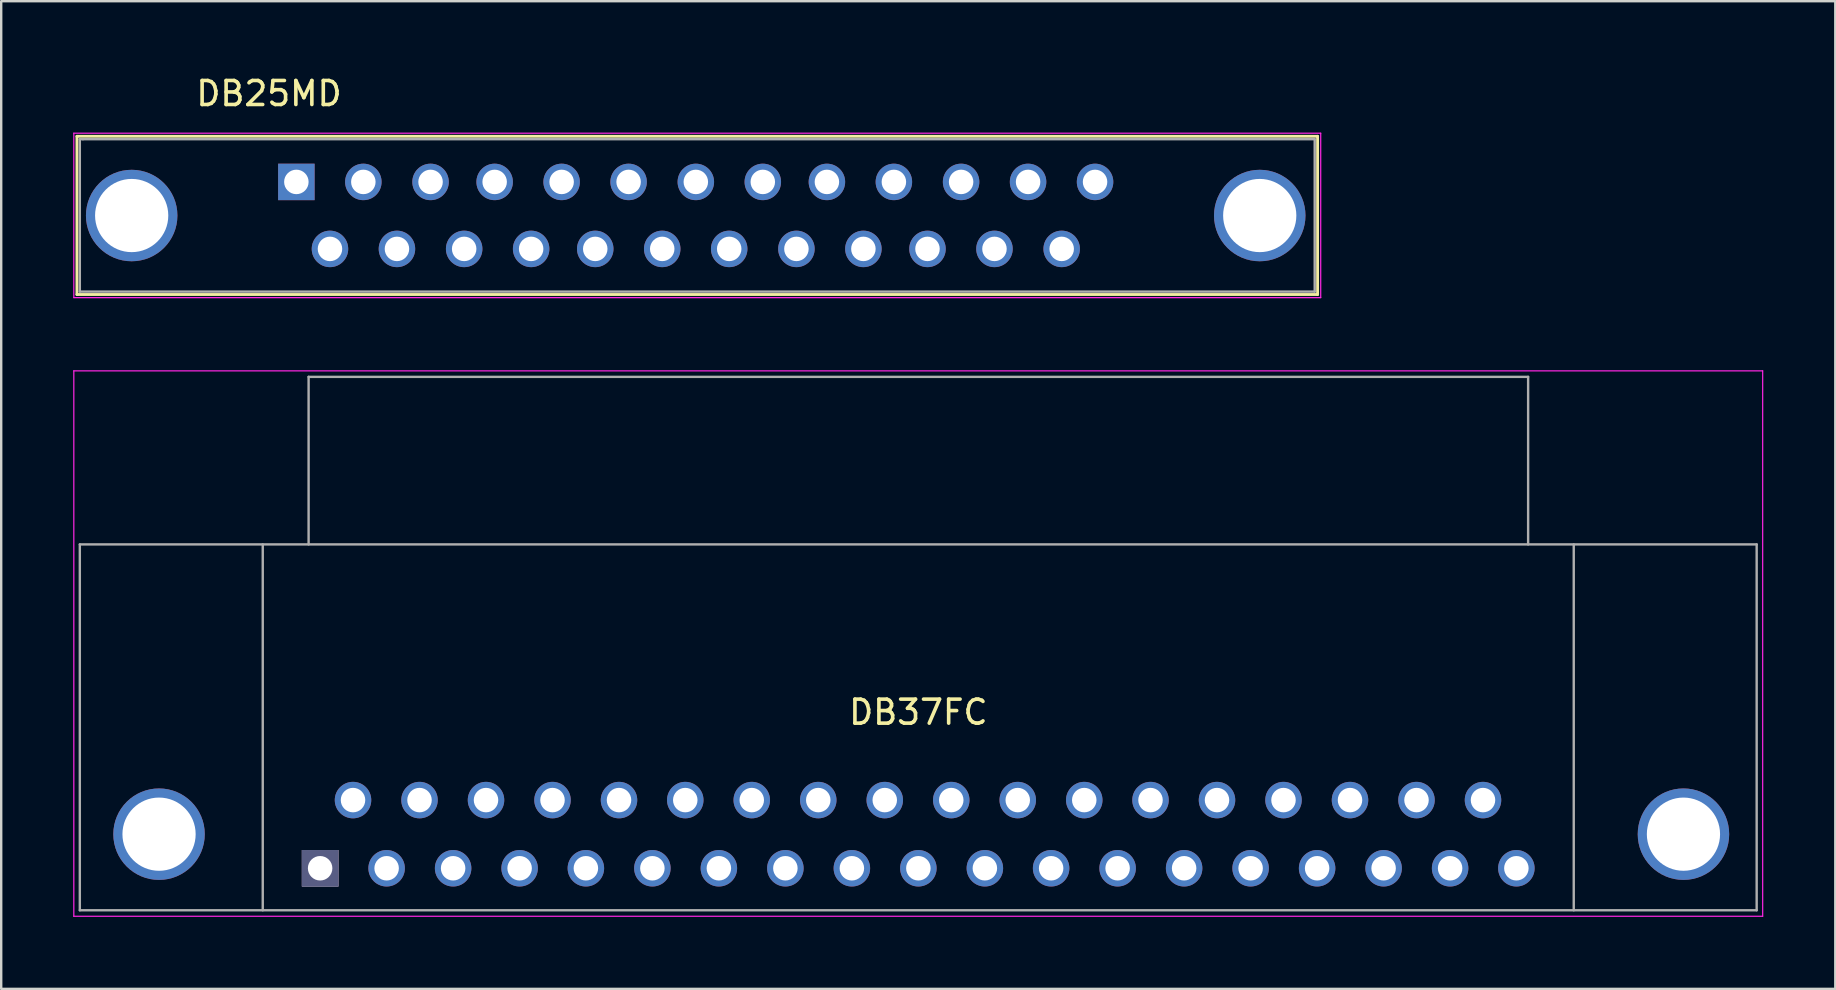
<source format=kicad_pcb>
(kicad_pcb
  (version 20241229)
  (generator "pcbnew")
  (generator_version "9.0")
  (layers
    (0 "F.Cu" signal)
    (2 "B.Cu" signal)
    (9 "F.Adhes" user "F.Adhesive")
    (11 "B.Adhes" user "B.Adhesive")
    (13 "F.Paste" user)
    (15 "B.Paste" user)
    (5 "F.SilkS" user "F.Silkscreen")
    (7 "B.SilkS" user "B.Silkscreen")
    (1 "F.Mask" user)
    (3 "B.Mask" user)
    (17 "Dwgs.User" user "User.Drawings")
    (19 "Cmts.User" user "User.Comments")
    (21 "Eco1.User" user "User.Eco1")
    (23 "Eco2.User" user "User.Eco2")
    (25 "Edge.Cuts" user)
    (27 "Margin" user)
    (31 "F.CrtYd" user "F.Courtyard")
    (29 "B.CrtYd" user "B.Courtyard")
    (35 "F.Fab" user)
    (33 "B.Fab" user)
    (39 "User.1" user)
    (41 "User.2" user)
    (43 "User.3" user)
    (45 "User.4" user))
  (footprint "DB37FC"
    (layer "F.Cu")
    (at 10.285 33.118)
    (property "Reference" "DB37FC" (at 24.92 -6.5 180) (layer "F.SilkS") (effects (font (size 1 1) (thickness 0.15))))
    (attr through_hole)
    (fp_line (start -10.26 -20.72) (end -10.26 2) (stroke (width 0.05) (type solid)) (layer "F.CrtYd"))
    (fp_line (start -10.26 -20.72) (end 60.09 -20.72) (stroke (width 0.05) (type solid)) (layer "F.CrtYd"))
    (fp_line (start 60.09 2) (end -10.26 2) (stroke (width 0.05) (type solid)) (layer "F.CrtYd"))
    (fp_line (start 60.09 2) (end 60.09 -20.72) (stroke (width 0.05) (type solid)) (layer "F.CrtYd"))
    (fp_line (start -10.01 -13.49) (end 59.84 -13.49) (stroke (width 0.1) (type solid)) (layer "F.Fab"))
    (fp_line (start -10.01 1.75) (end -10.01 -13.49) (stroke (width 0.1) (type solid)) (layer "F.Fab"))
    (fp_line (start -2.39 -13.49) (end -2.39 1.75) (stroke (width 0.1) (type solid)) (layer "F.Fab"))
    (fp_line (start -0.48 -20.47) (end -0.48 -13.49) (stroke (width 0.1) (type solid)) (layer "F.Fab"))
    (fp_line (start 50.32 -20.47) (end -0.48 -20.47) (stroke (width 0.1) (type solid)) (layer "F.Fab"))
    (fp_line (start 50.32 -13.49) (end 50.32 -20.47) (stroke (width 0.1) (type solid)) (layer "F.Fab"))
    (fp_line (start 52.22 -13.49) (end 52.22 1.75) (stroke (width 0.1) (type solid)) (layer "F.Fab"))
    (fp_line (start 59.84 -13.49) (end 59.84 1.75) (stroke (width 0.1) (type solid)) (layer "F.Fab"))
    (fp_line (start 59.84 1.75) (end -10.01 1.75) (stroke (width 0.1) (type solid)) (layer "F.Fab"))
    (pad "1" thru_hole rect (at 0 0 180) (size 1.52 1.52) (drill 1.02) (layers "*.Cu" "*.Mask" "*.Fab"))
    (pad "2" thru_hole circle (at 2.77 0 180) (size 1.52 1.52) (drill 1.02) (layers "*.Cu" "*.Mask"))
    (pad "3" thru_hole circle (at 5.54 0 180) (size 1.52 1.52) (drill 1.02) (layers "*.Cu" "*.Mask"))
    (pad "4" thru_hole circle (at 8.31 0 180) (size 1.52 1.52) (drill 1.02) (layers "*.Cu" "*.Mask"))
    (pad "5" thru_hole circle (at 11.07 0 180) (size 1.52 1.52) (drill 1.02) (layers "*.Cu" "*.Mask"))
    (pad "6" thru_hole circle (at 13.84 0 180) (size 1.52 1.52) (drill 1.02) (layers "*.Cu" "*.Mask"))
    (pad "7" thru_hole circle (at 16.61 0 180) (size 1.52 1.52) (drill 1.02) (layers "*.Cu" "*.Mask"))
    (pad "8" thru_hole circle (at 19.38 0 180) (size 1.52 1.52) (drill 1.02) (layers "*.Cu" "*.Mask"))
    (pad "9" thru_hole circle (at 22.15 0 180) (size 1.52 1.52) (drill 1.02) (layers "*.Cu" "*.Mask"))
    (pad "10" thru_hole circle (at 24.92 0 180) (size 1.52 1.52) (drill 1.02) (layers "*.Cu" "*.Mask"))
    (pad "11" thru_hole circle (at 27.69 0 180) (size 1.52 1.52) (drill 1.02) (layers "*.Cu" "*.Mask"))
    (pad "12" thru_hole circle (at 30.45 0 180) (size 1.52 1.52) (drill 1.02) (layers "*.Cu" "*.Mask"))
    (pad "13" thru_hole circle (at 33.22 0 180) (size 1.52 1.52) (drill 1.02) (layers "*.Cu" "*.Mask"))
    (pad "14" thru_hole circle (at 35.99 0 180) (size 1.52 1.52) (drill 1.02) (layers "*.Cu" "*.Mask"))
    (pad "15" thru_hole circle (at 38.76 0 180) (size 1.52 1.52) (drill 1.02) (layers "*.Cu" "*.Mask"))
    (pad "16" thru_hole circle (at 41.53 0 180) (size 1.52 1.52) (drill 1.02) (layers "*.Cu" "*.Mask"))
    (pad "17" thru_hole circle (at 44.3 0 180) (size 1.52 1.52) (drill 1.02) (layers "*.Cu" "*.Mask"))
    (pad "18" thru_hole circle (at 47.07 0 180) (size 1.52 1.52) (drill 1.02) (layers "*.Cu" "*.Mask"))
    (pad "19" thru_hole circle (at 49.83 0 180) (size 1.52 1.52) (drill 1.02) (layers "*.Cu" "*.Mask"))
    (pad "20" thru_hole circle (at 1.37 -2.84 180) (size 1.52 1.52) (drill 1.02) (layers "*.Cu" "*.Mask"))
    (pad "21" thru_hole circle (at 4.14 -2.84 180) (size 1.52 1.52) (drill 1.02) (layers "*.Cu" "*.Mask"))
    (pad "22" thru_hole circle (at 6.91 -2.84 180) (size 1.52 1.52) (drill 1.02) (layers "*.Cu" "*.Mask"))
    (pad "23" thru_hole circle (at 9.68 -2.84 180) (size 1.52 1.52) (drill 1.02) (layers "*.Cu" "*.Mask"))
    (pad "24" thru_hole circle (at 12.45 -2.84 180) (size 1.52 1.52) (drill 1.02) (layers "*.Cu" "*.Mask"))
    (pad "25" thru_hole circle (at 15.21 -2.84 180) (size 1.52 1.52) (drill 1.02) (layers "*.Cu" "*.Mask"))
    (pad "26" thru_hole circle (at 17.98 -2.84 180) (size 1.52 1.52) (drill 1.02) (layers "*.Cu" "*.Mask"))
    (pad "27" thru_hole circle (at 20.75 -2.84 180) (size 1.52 1.52) (drill 1.02) (layers "*.Cu" "*.Mask"))
    (pad "28" thru_hole circle (at 23.52 -2.84 180) (size 1.52 1.52) (drill 1.02) (layers "*.Cu" "*.Mask"))
    (pad "29" thru_hole circle (at 26.29 -2.84 180) (size 1.52 1.52) (drill 1.02) (layers "*.Cu" "*.Mask"))
    (pad "30" thru_hole circle (at 29.06 -2.84 180) (size 1.52 1.52) (drill 1.02) (layers "*.Cu" "*.Mask"))
    (pad "31" thru_hole circle (at 31.83 -2.84 180) (size 1.52 1.52) (drill 1.02) (layers "*.Cu" "*.Mask"))
    (pad "32" thru_hole circle (at 34.59 -2.84 180) (size 1.52 1.52) (drill 1.02) (layers "*.Cu" "*.Mask"))
    (pad "33" thru_hole circle (at 37.36 -2.84 180) (size 1.52 1.52) (drill 1.02) (layers "*.Cu" "*.Mask"))
    (pad "34" thru_hole circle (at 40.13 -2.84 180) (size 1.52 1.52) (drill 1.02) (layers "*.Cu" "*.Mask"))
    (pad "35" thru_hole circle (at 42.9 -2.84 180) (size 1.52 1.52) (drill 1.02) (layers "*.Cu" "*.Mask"))
    (pad "36" thru_hole circle (at 45.67 -2.84 180) (size 1.52 1.52) (drill 1.02) (layers "*.Cu" "*.Mask"))
    (pad "37" thru_hole circle (at 48.44 -2.84 180) (size 1.52 1.52) (drill 1.02) (layers "*.Cu" "*.Mask"))
    (pad "?" thru_hole circle (at -6.71 -1.42 180) (size 3.81 3.81) (drill 3.05) (layers "*.Cu" "*.Mask"))
    (pad "?" thru_hole circle (at 56.79 -1.42 180) (size 3.81 3.81) (drill 3.05) (layers "*.Cu" "*.Mask")))
  (footprint "DB25MD"
    (layer "F.Cu")
    (at 9.295 4.528)
    (property "Reference" "DB25MD" (at -1.14 -3.68 180) (layer "F.SilkS") (effects (font (size 1 1) (thickness 0.15))))
    (attr through_hole)
    (fp_line (start -9.14 -1.9) (end -9.14 4.69) (stroke (width 0.12) (type solid)) (layer "F.SilkS"))
    (fp_line (start -9.14 -1.9) (end 42.54 -1.9) (stroke (width 0.12) (type solid)) (layer "F.SilkS"))
    (fp_line (start 42.54 4.69) (end -9.14 4.69) (stroke (width 0.12) (type solid)) (layer "F.SilkS"))
    (fp_line (start 42.54 4.69) (end 42.54 -1.9) (stroke (width 0.12) (type solid)) (layer "F.SilkS"))
    (fp_line (start -9.27 -2.03) (end -9.27 4.82) (stroke (width 0.05) (type solid)) (layer "F.CrtYd"))
    (fp_line (start -9.27 -2.03) (end 42.67 -2.03) (stroke (width 0.05) (type solid)) (layer "F.CrtYd"))
    (fp_line (start 42.67 4.82) (end -9.27 4.82) (stroke (width 0.05) (type solid)) (layer "F.CrtYd"))
    (fp_line (start 42.67 4.82) (end 42.67 -2.03) (stroke (width 0.05) (type solid)) (layer "F.CrtYd"))
    (fp_line (start -9.02 -1.78) (end -9.02 -1.78) (stroke (width 0.1) (type solid)) (layer "F.Fab"))
    (fp_line (start -9.02 -1.78) (end -9.02 4.57) (stroke (width 0.1) (type solid)) (layer "F.Fab"))
    (fp_line (start -9.02 4.57) (end 42.42 4.57) (stroke (width 0.1) (type solid)) (layer "F.Fab"))
    (fp_line (start -8.89 -1.78) (end -9.02 -1.78) (stroke (width 0.1) (type solid)) (layer "F.Fab"))
    (fp_line (start 42.42 -1.78) (end -8.89 -1.78) (stroke (width 0.1) (type solid)) (layer "F.Fab"))
    (fp_line (start 42.42 4.57) (end 42.42 -1.78) (stroke (width 0.1) (type solid)) (layer "F.Fab"))
    (pad "0" thru_hole circle (at -6.86 1.4) (size 3.81 3.81) (drill 3.05) (layers "*.Cu" "*.Mask"))
    (pad "0" thru_hole circle (at 40.13 1.4) (size 3.81 3.81) (drill 3.05) (layers "*.Cu" "*.Mask"))
    (pad "1" thru_hole rect (at 0 0) (size 1.52 1.52) (drill 1.02) (layers "*.Cu" "*.Mask"))
    (pad "2" thru_hole circle (at 2.79 0) (size 1.52 1.52) (drill 1.02) (layers "*.Cu" "*.Mask"))
    (pad "3" thru_hole circle (at 5.59 0) (size 1.52 1.52) (drill 1.02) (layers "*.Cu" "*.Mask"))
    (pad "4" thru_hole circle (at 8.26 0) (size 1.52 1.52) (drill 1.02) (layers "*.Cu" "*.Mask"))
    (pad "5" thru_hole circle (at 11.05 0) (size 1.52 1.52) (drill 1.02) (layers "*.Cu" "*.Mask"))
    (pad "6" thru_hole circle (at 13.84 0) (size 1.52 1.52) (drill 1.02) (layers "*.Cu" "*.Mask"))
    (pad "7" thru_hole circle (at 16.64 0) (size 1.52 1.52) (drill 1.02) (layers "*.Cu" "*.Mask"))
    (pad "8" thru_hole circle (at 19.43 0) (size 1.52 1.52) (drill 1.02) (layers "*.Cu" "*.Mask"))
    (pad "9" thru_hole circle (at 22.1 0) (size 1.52 1.52) (drill 1.02) (layers "*.Cu" "*.Mask"))
    (pad "10" thru_hole circle (at 24.89 0) (size 1.52 1.52) (drill 1.02) (layers "*.Cu" "*.Mask"))
    (pad "11" thru_hole circle (at 27.69 0) (size 1.52 1.52) (drill 1.02) (layers "*.Cu" "*.Mask"))
    (pad "12" thru_hole circle (at 30.48 0) (size 1.52 1.52) (drill 1.02) (layers "*.Cu" "*.Mask"))
    (pad "13" thru_hole circle (at 33.27 0) (size 1.52 1.52) (drill 1.02) (layers "*.Cu" "*.Mask"))
    (pad "14" thru_hole circle (at 1.4 2.79) (size 1.52 1.52) (drill 1.02) (layers "*.Cu" "*.Mask"))
    (pad "15" thru_hole circle (at 4.19 2.79) (size 1.52 1.52) (drill 1.02) (layers "*.Cu" "*.Mask"))
    (pad "16" thru_hole circle (at 6.99 2.79) (size 1.52 1.52) (drill 1.02) (layers "*.Cu" "*.Mask"))
    (pad "17" thru_hole circle (at 9.78 2.79) (size 1.52 1.52) (drill 1.02) (layers "*.Cu" "*.Mask"))
    (pad "18" thru_hole circle (at 12.45 2.79) (size 1.52 1.52) (drill 1.02) (layers "*.Cu" "*.Mask"))
    (pad "19" thru_hole circle (at 15.24 2.79) (size 1.52 1.52) (drill 1.02) (layers "*.Cu" "*.Mask"))
    (pad "20" thru_hole circle (at 18.03 2.79) (size 1.52 1.52) (drill 1.02) (layers "*.Cu" "*.Mask"))
    (pad "21" thru_hole circle (at 20.83 2.79) (size 1.52 1.52) (drill 1.02) (layers "*.Cu" "*.Mask"))
    (pad "22" thru_hole circle (at 23.62 2.79) (size 1.52 1.52) (drill 1.02) (layers "*.Cu" "*.Mask"))
    (pad "23" thru_hole circle (at 26.29 2.79) (size 1.52 1.52) (drill 1.02) (layers "*.Cu" "*.Mask"))
    (pad "24" thru_hole circle (at 29.08 2.79) (size 1.52 1.52) (drill 1.02) (layers "*.Cu" "*.Mask"))
    (pad "25" thru_hole circle (at 31.88 2.79) (size 1.52 1.52) (drill 1.02) (layers "*.Cu" "*.Mask")))
  (gr_rect
    (start -3 -3)
    (end 73.4 38.143)
    (stroke (width 0.1) (type default))
    (fill no)
    (layer "Edge.Cuts")))
</source>
